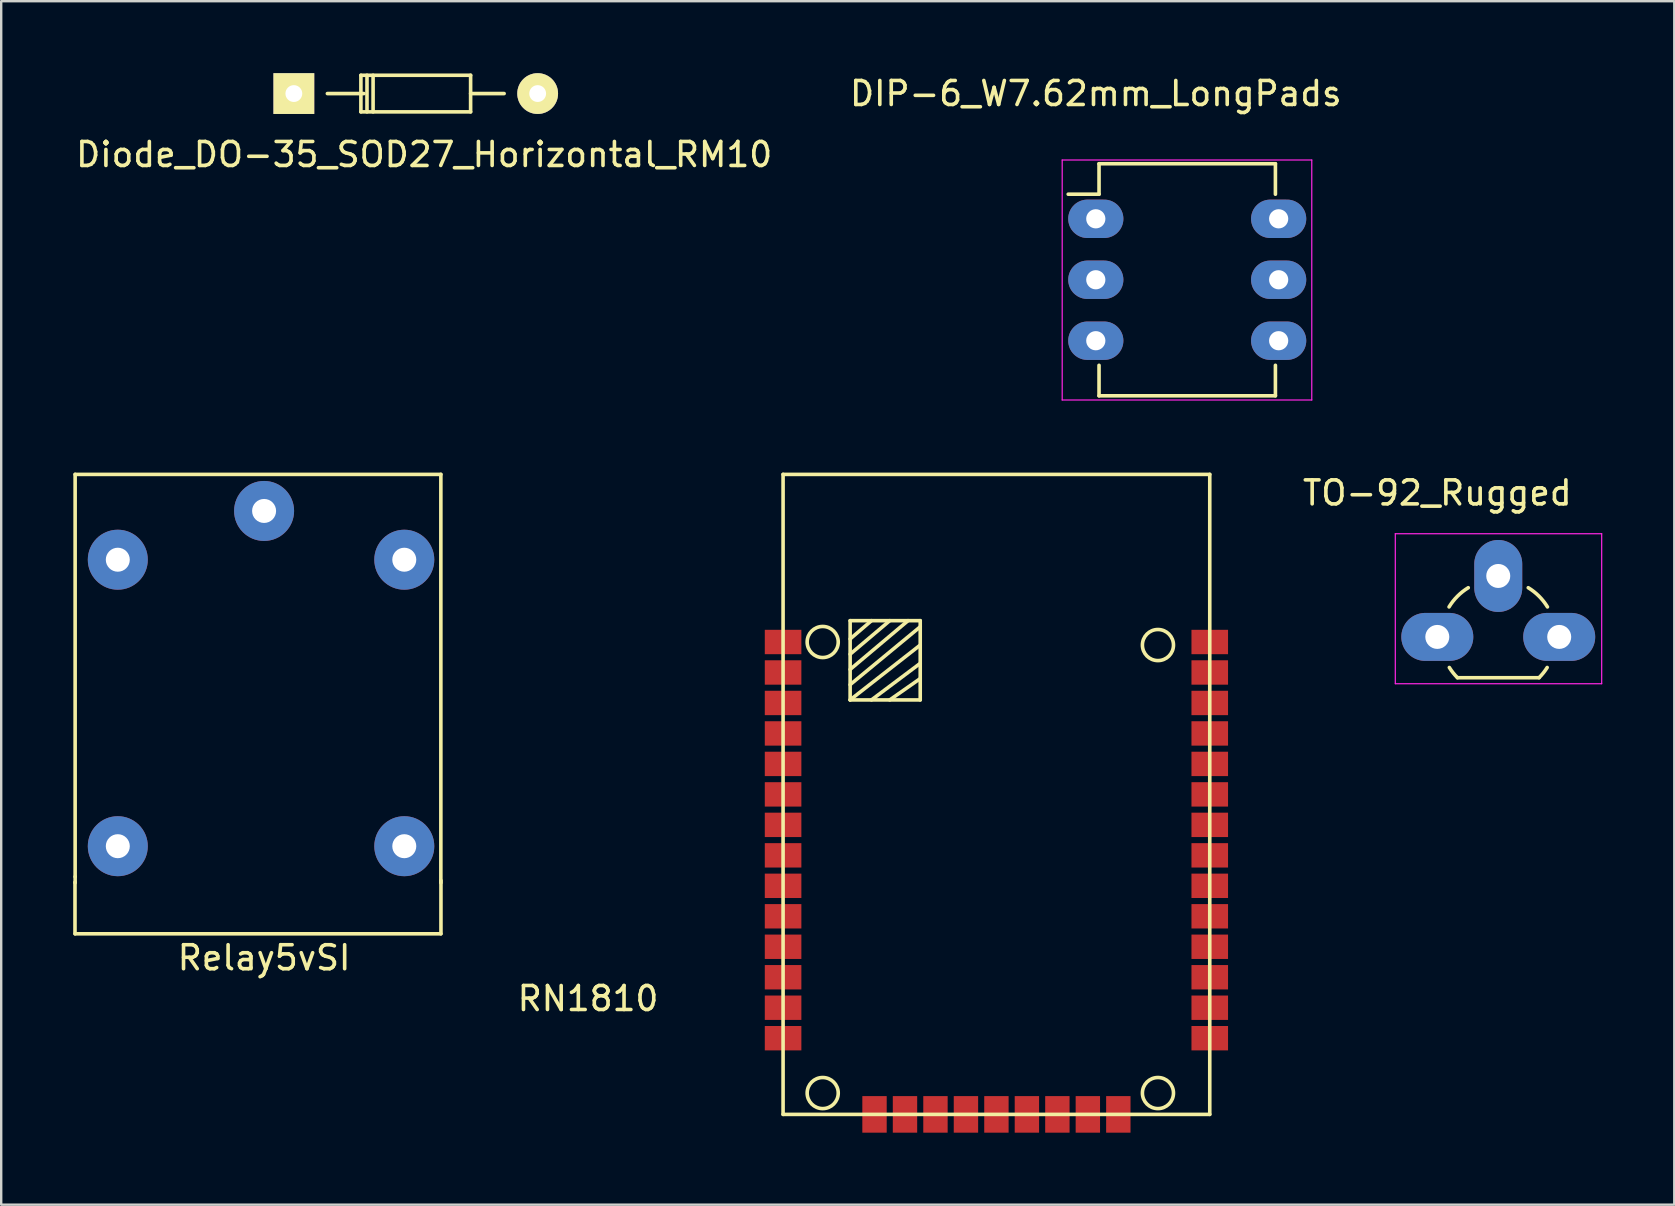
<source format=kicad_pcb>
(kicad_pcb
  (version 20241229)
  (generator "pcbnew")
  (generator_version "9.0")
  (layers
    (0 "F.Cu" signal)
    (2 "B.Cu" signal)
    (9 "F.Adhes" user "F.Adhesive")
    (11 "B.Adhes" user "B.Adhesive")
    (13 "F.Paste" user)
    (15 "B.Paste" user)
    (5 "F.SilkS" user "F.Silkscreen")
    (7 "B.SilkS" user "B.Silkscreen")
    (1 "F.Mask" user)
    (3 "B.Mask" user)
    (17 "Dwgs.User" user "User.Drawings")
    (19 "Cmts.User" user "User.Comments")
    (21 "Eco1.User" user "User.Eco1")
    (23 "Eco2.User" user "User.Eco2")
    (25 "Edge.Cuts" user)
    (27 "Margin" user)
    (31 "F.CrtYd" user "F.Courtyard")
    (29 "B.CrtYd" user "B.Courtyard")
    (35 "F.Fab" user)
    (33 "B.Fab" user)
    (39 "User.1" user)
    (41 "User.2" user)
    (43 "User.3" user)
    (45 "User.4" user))
  (footprint "Diode_DO-35_SOD27_Horizontal_RM10"
    (layer "F.Cu")
    (at 9.194 0.852)
    (property "Reference" "Diode_DO-35_SOD27_Horizontal_RM10" (at 5.431 2.537 0) (layer "F.SilkS") (effects (font (size 1 1) (thickness 0.15))))
    (attr through_hole)
    (fp_line (start 2.795 -0.765) (end 2.795 -0.003) (stroke (width 0.15) (type solid)) (layer "F.SilkS"))
    (fp_line (start 2.795 -0.003) (end 2.795 0.759) (stroke (width 0.15) (type solid)) (layer "F.SilkS"))
    (fp_line (start 2.795 0.759) (end 7.367 0.759) (stroke (width 0.15) (type solid)) (layer "F.SilkS"))
    (fp_line (start 2.922 -0.003) (end 1.398 -0.003) (stroke (width 0.15) (type solid)) (layer "F.SilkS"))
    (fp_line (start 3.049 -0.765) (end 3.049 0.759) (stroke (width 0.15) (type solid)) (layer "F.SilkS"))
    (fp_line (start 3.303 -0.765) (end 3.303 0.759) (stroke (width 0.15) (type solid)) (layer "F.SilkS"))
    (fp_line (start 7.367 -0.765) (end 2.795 -0.765) (stroke (width 0.15) (type solid)) (layer "F.SilkS"))
    (fp_line (start 7.367 -0.003) (end 8.764 -0.003) (stroke (width 0.15) (type solid)) (layer "F.SilkS"))
    (fp_line (start 7.367 0.759) (end 7.367 -0.765) (stroke (width 0.15) (type solid)) (layer "F.SilkS"))
    (pad "1" thru_hole rect (at 0.001 -0.003 180) (size 1.699 1.699) (drill 0.701) (layers "*.Cu" "*.Mask" "F.SilkS"))
    (pad "2" thru_hole circle (at 10.161 -0.003 180) (size 1.699 1.699) (drill 0.701) (layers "*.Cu" "*.Mask" "F.SilkS")))
  (footprint "DIP-6_W7.62mm_LongPads"
    (layer "F.Cu")
    (at 42.613 6.068)
    (property "Reference" "DIP-6_W7.62mm_LongPads" (at 0 -5.22 0) (layer "F.SilkS") (effects (font (size 1 1) (thickness 0.15))))
    (attr through_hole)
    (fp_line (start 0.135 -2.295) (end 0.135 -1.025) (stroke (width 0.15) (type solid)) (layer "F.SilkS"))
    (fp_line (start 0.135 -2.295) (end 7.485 -2.295) (stroke (width 0.15) (type solid)) (layer "F.SilkS"))
    (fp_line (start 0.135 -1.025) (end -1.15 -1.025) (stroke (width 0.15) (type solid)) (layer "F.SilkS"))
    (fp_line (start 0.135 7.375) (end 0.135 6.105) (stroke (width 0.15) (type solid)) (layer "F.SilkS"))
    (fp_line (start 0.135 7.375) (end 7.485 7.375) (stroke (width 0.15) (type solid)) (layer "F.SilkS"))
    (fp_line (start 7.485 -2.295) (end 7.485 -1.025) (stroke (width 0.15) (type solid)) (layer "F.SilkS"))
    (fp_line (start 7.485 7.375) (end 7.485 6.105) (stroke (width 0.15) (type solid)) (layer "F.SilkS"))
    (fp_line (start -1.4 -2.45) (end -1.4 7.55) (stroke (width 0.05) (type solid)) (layer "F.CrtYd"))
    (fp_line (start -1.4 -2.45) (end 9 -2.45) (stroke (width 0.05) (type solid)) (layer "F.CrtYd"))
    (fp_line (start -1.4 7.55) (end 9 7.55) (stroke (width 0.05) (type solid)) (layer "F.CrtYd"))
    (fp_line (start 9 -2.45) (end 9 7.55) (stroke (width 0.05) (type solid)) (layer "F.CrtYd"))
    (pad "1" thru_hole oval (at 0 0) (size 2.3 1.6) (drill 0.8) (layers "*.Cu" "*.Mask"))
    (pad "2" thru_hole oval (at 0 2.54) (size 2.3 1.6) (drill 0.8) (layers "*.Cu" "*.Mask"))
    (pad "3" thru_hole oval (at 0 5.08) (size 2.3 1.6) (drill 0.8) (layers "*.Cu" "*.Mask"))
    (pad "4" thru_hole oval (at 7.62 5.08) (size 2.3 1.6) (drill 0.8) (layers "*.Cu" "*.Mask"))
    (pad "5" thru_hole oval (at 7.62 2.54) (size 2.3 1.6) (drill 0.8) (layers "*.Cu" "*.Mask"))
    (pad "6" thru_hole oval (at 7.62 0) (size 2.3 1.6) (drill 0.8) (layers "*.Cu" "*.Mask")))
  (footprint "RN1810"
    (layer "F.Cu")
    (at 29.582 43.388)
    (property "Reference" "RN1810" (at -8.128 -4.826 0) (layer "F.SilkS") (effects (font (size 1 1) (thickness 0.15))))
    (attr through_hole)
    (fp_line (start 0 -26.67) (end 17.78 -26.67) (stroke (width 0.15) (type solid)) (layer "F.SilkS"))
    (fp_line (start 0 0) (end 0 -26.67) (stroke (width 0.15) (type solid)) (layer "F.SilkS"))
    (fp_line (start 2.794 -20.574) (end 5.715 -20.574) (stroke (width 0.15) (type solid)) (layer "F.SilkS"))
    (fp_line (start 2.794 -19.812) (end 3.683 -20.574) (stroke (width 0.15) (type solid)) (layer "F.SilkS"))
    (fp_line (start 2.794 -19.177) (end 4.445 -20.574) (stroke (width 0.15) (type solid)) (layer "F.SilkS"))
    (fp_line (start 2.794 -18.542) (end 5.207 -20.574) (stroke (width 0.15) (type solid)) (layer "F.SilkS"))
    (fp_line (start 2.794 -17.907) (end 5.715 -20.32) (stroke (width 0.15) (type solid)) (layer "F.SilkS"))
    (fp_line (start 2.794 -17.272) (end 2.794 -20.574) (stroke (width 0.15) (type solid)) (layer "F.SilkS"))
    (fp_line (start 2.794 -17.272) (end 5.715 -19.558) (stroke (width 0.15) (type solid)) (layer "F.SilkS"))
    (fp_line (start 3.683 -17.272) (end 5.715 -18.796) (stroke (width 0.15) (type solid)) (layer "F.SilkS"))
    (fp_line (start 4.445 -17.272) (end 5.715 -18.161) (stroke (width 0.15) (type solid)) (layer "F.SilkS"))
    (fp_line (start 5.715 -20.574) (end 5.715 -17.272) (stroke (width 0.15) (type solid)) (layer "F.SilkS"))
    (fp_line (start 5.715 -17.272) (end 2.794 -17.272) (stroke (width 0.15) (type solid)) (layer "F.SilkS"))
    (fp_line (start 17.78 -26.67) (end 17.78 0) (stroke (width 0.15) (type solid)) (layer "F.SilkS"))
    (fp_line (start 17.78 0) (end 0 0) (stroke (width 0.15) (type solid)) (layer "F.SilkS"))
    (fp_circle (center 1.651 -19.685) (end 2.286 -19.812) (stroke (width 0.15) (type solid)) (fill no) (layer "F.SilkS"))
    (fp_circle (center 1.651 -0.889) (end 2.286 -1.016) (stroke (width 0.15) (type solid)) (fill no) (layer "F.SilkS"))
    (fp_circle (center 15.621 -19.558) (end 16.256 -19.685) (stroke (width 0.15) (type solid)) (fill no) (layer "F.SilkS"))
    (fp_circle (center 15.621 -0.889) (end 16.256 -1.016) (stroke (width 0.15) (type solid)) (fill no) (layer "F.SilkS"))
    (pad "1" smd rect (at 0 -19.685) (size 1.524 1.016) (layers "F.Cu" "F.Mask" "F.Paste"))
    (pad "2" smd rect (at 0 -18.415) (size 1.524 1.016) (layers "F.Cu" "F.Mask" "F.Paste"))
    (pad "3" smd rect (at 0 -17.145) (size 1.524 1.016) (layers "F.Cu" "F.Mask" "F.Paste"))
    (pad "4" smd rect (at 0 -15.875) (size 1.524 1.016) (layers "F.Cu" "F.Mask" "F.Paste"))
    (pad "5" smd rect (at 0 -14.605) (size 1.524 1.016) (layers "F.Cu" "F.Mask" "F.Paste"))
    (pad "6" smd rect (at 0 -13.335) (size 1.524 1.016) (layers "F.Cu" "F.Mask" "F.Paste"))
    (pad "7" smd rect (at 0 -12.065) (size 1.524 1.016) (layers "F.Cu" "F.Mask" "F.Paste"))
    (pad "8" smd rect (at 0 -10.795) (size 1.524 1.016) (layers "F.Cu" "F.Mask" "F.Paste"))
    (pad "9" smd rect (at 0 -9.525) (size 1.524 1.016) (layers "F.Cu" "F.Mask" "F.Paste"))
    (pad "10" smd rect (at 0 -8.255) (size 1.524 1.016) (layers "F.Cu" "F.Mask" "F.Paste"))
    (pad "11" smd rect (at 0 -6.985) (size 1.524 1.016) (layers "F.Cu" "F.Mask" "F.Paste"))
    (pad "12" smd rect (at 0 -5.715) (size 1.524 1.016) (layers "F.Cu" "F.Mask" "F.Paste"))
    (pad "13" smd rect (at 0 -4.445) (size 1.524 1.016) (layers "F.Cu" "F.Mask" "F.Paste"))
    (pad "14" smd rect (at 0 -3.175) (size 1.524 1.016) (layers "F.Cu" "F.Mask" "F.Paste"))
    (pad "15" smd rect (at 3.81 0 90) (size 1.524 1.016) (layers "F.Cu" "F.Mask" "F.Paste"))
    (pad "16" smd rect (at 5.08 0 90) (size 1.524 1.016) (layers "F.Cu" "F.Mask" "F.Paste"))
    (pad "17" smd rect (at 6.35 0 90) (size 1.524 1.016) (layers "F.Cu" "F.Mask" "F.Paste"))
    (pad "18" smd rect (at 7.62 0 90) (size 1.524 1.016) (layers "F.Cu" "F.Mask" "F.Paste"))
    (pad "19" smd rect (at 8.89 0 90) (size 1.524 1.016) (layers "F.Cu" "F.Mask" "F.Paste"))
    (pad "20" smd rect (at 10.16 0 90) (size 1.524 1.016) (layers "F.Cu" "F.Mask" "F.Paste"))
    (pad "21" smd rect (at 11.43 0 90) (size 1.524 1.016) (layers "F.Cu" "F.Mask" "F.Paste"))
    (pad "22" smd rect (at 12.7 0 90) (size 1.524 1.016) (layers "F.Cu" "F.Mask" "F.Paste"))
    (pad "23" smd rect (at 13.97 0 90) (size 1.524 1.016) (layers "F.Cu" "F.Mask" "F.Paste"))
    (pad "24" smd rect (at 17.78 -3.175) (size 1.524 1.016) (layers "F.Cu" "F.Mask" "F.Paste"))
    (pad "25" smd rect (at 17.78 -4.445) (size 1.524 1.016) (layers "F.Cu" "F.Mask" "F.Paste"))
    (pad "26" smd rect (at 17.78 -5.715) (size 1.524 1.016) (layers "F.Cu" "F.Mask" "F.Paste"))
    (pad "27" smd rect (at 17.78 -6.985) (size 1.524 1.016) (layers "F.Cu" "F.Mask" "F.Paste"))
    (pad "28" smd rect (at 17.78 -8.255) (size 1.524 1.016) (layers "F.Cu" "F.Mask" "F.Paste"))
    (pad "29" smd rect (at 17.78 -9.525) (size 1.524 1.016) (layers "F.Cu" "F.Mask" "F.Paste"))
    (pad "30" smd rect (at 17.78 -10.795) (size 1.524 1.016) (layers "F.Cu" "F.Mask" "F.Paste"))
    (pad "31" smd rect (at 17.78 -12.065) (size 1.524 1.016) (layers "F.Cu" "F.Mask" "F.Paste"))
    (pad "32" smd rect (at 17.78 -13.335) (size 1.524 1.016) (layers "F.Cu" "F.Mask" "F.Paste"))
    (pad "33" smd rect (at 17.78 -14.605) (size 1.524 1.016) (layers "F.Cu" "F.Mask" "F.Paste"))
    (pad "34" smd rect (at 17.78 -15.875) (size 1.524 1.016) (layers "F.Cu" "F.Mask" "F.Paste"))
    (pad "35" smd rect (at 17.78 -17.145) (size 1.524 1.016) (layers "F.Cu" "F.Mask" "F.Paste"))
    (pad "36" smd rect (at 17.78 -18.415) (size 1.524 1.016) (layers "F.Cu" "F.Mask" "F.Paste"))
    (pad "37" smd rect (at 17.78 -19.685) (size 1.524 1.016) (layers "F.Cu" "F.Mask" "F.Paste")))
  (footprint "Relay5vSI"
    (layer "F.Cu")
    (at 7.955 25.862)
    (property "Reference" "Relay5vSI" (at 0 11 0) (layer "F.SilkS") (effects (font (size 1 1) (thickness 0.15))))
    (attr through_hole)
    (fp_line (start -7.88 7.85) (end -7.88 10) (stroke (width 0.15) (type solid)) (layer "F.SilkS"))
    (fp_line (start -7.874 -9.144) (end 7.366 -9.144) (stroke (width 0.15) (type solid)) (layer "F.SilkS"))
    (fp_line (start -7.874 7.62) (end -7.874 -9.144) (stroke (width 0.15) (type solid)) (layer "F.SilkS"))
    (fp_line (start -7.874 7.874) (end -7.874 7.62) (stroke (width 0.15) (type solid)) (layer "F.SilkS"))
    (fp_line (start 7.366 -9.144) (end 7.366 7.874) (stroke (width 0.15) (type solid)) (layer "F.SilkS"))
    (fp_line (start 7.366 10) (end -7.874 10) (stroke (width 0.15) (type solid)) (layer "F.SilkS"))
    (fp_line (start 7.37 7.78) (end 7.37 10) (stroke (width 0.15) (type solid)) (layer "F.SilkS"))
    (pad "1" thru_hole circle (at -6.096 -5.588) (size 2.5 2.5) (drill 1) (layers "*.Cu" "*.Mask"))
    (pad "2" thru_hole circle (at 5.842 -5.588) (size 2.5 2.5) (drill 1) (layers "*.Cu" "*.Mask"))
    (pad "3" thru_hole circle (at 0 -7.62) (size 2.5 2.5) (drill 1) (layers "*.Cu" "*.Mask"))
    (pad "4" thru_hole circle (at -6.096 6.35) (size 2.5 2.5) (drill 1) (layers "*.Cu" "*.Mask"))
    (pad "5" thru_hole circle (at 5.842 6.35) (size 2.5 2.5) (drill 1) (layers "*.Cu" "*.Mask")))
  (footprint "TO-92_Rugged"
    (layer "F.Cu")
    (at 56.844 23.491)
    (property "Reference" "TO-92_Rugged" (at 0 -6 0) (layer "F.SilkS") (effects (font (size 1 1) (thickness 0.15))))
    (attr through_hole)
    (fp_line (start 0.84 1.7) (end 4.24 1.7) (stroke (width 0.15) (type solid)) (layer "F.SilkS"))
    (fp_arc (start 0.49 -1.25) (mid 0.842207 -1.697793) (end 1.29 -2.05) (stroke (width 0.15) (type solid)) (layer "F.SilkS"))
    (fp_arc (start 0.84 1.7) (mid 0.658552 1.496715) (end 0.501273 1.274203) (stroke (width 0.15) (type solid)) (layer "F.SilkS"))
    (fp_arc (start 3.79 -2.05) (mid 4.237793 -1.697793) (end 4.59 -1.25) (stroke (width 0.15) (type solid)) (layer "F.SilkS"))
    (fp_arc (start 4.578727 1.274203) (mid 4.421448 1.496715) (end 4.24 1.7) (stroke (width 0.15) (type solid)) (layer "F.SilkS"))
    (fp_line (start -1.75 -4.3) (end 6.85 -4.3) (stroke (width 0.05) (type solid)) (layer "F.CrtYd"))
    (fp_line (start -1.75 1.95) (end -1.75 -4.3) (stroke (width 0.05) (type solid)) (layer "F.CrtYd"))
    (fp_line (start -1.75 1.95) (end 6.85 1.95) (stroke (width 0.05) (type solid)) (layer "F.CrtYd"))
    (fp_line (start 6.85 1.95) (end 6.85 -4.3) (stroke (width 0.05) (type solid)) (layer "F.CrtYd"))
    (pad "1" thru_hole oval (at 0 0 90) (size 1.999 3) (drill 1) (layers "*.Cu" "*.Mask"))
    (pad "2" thru_hole oval (at 2.54 -2.54 90) (size 3 1.999) (drill 1) (layers "*.Cu" "*.Mask"))
    (pad "3" thru_hole oval (at 5.08 0 90) (size 1.999 3) (drill 1) (layers "*.Cu" "*.Mask")))
  (gr_rect
    (start -3 -3)
    (end 66.719 47.15)
    (stroke (width 0.1) (type default))
    (fill no)
    (layer "Edge.Cuts")))
</source>
